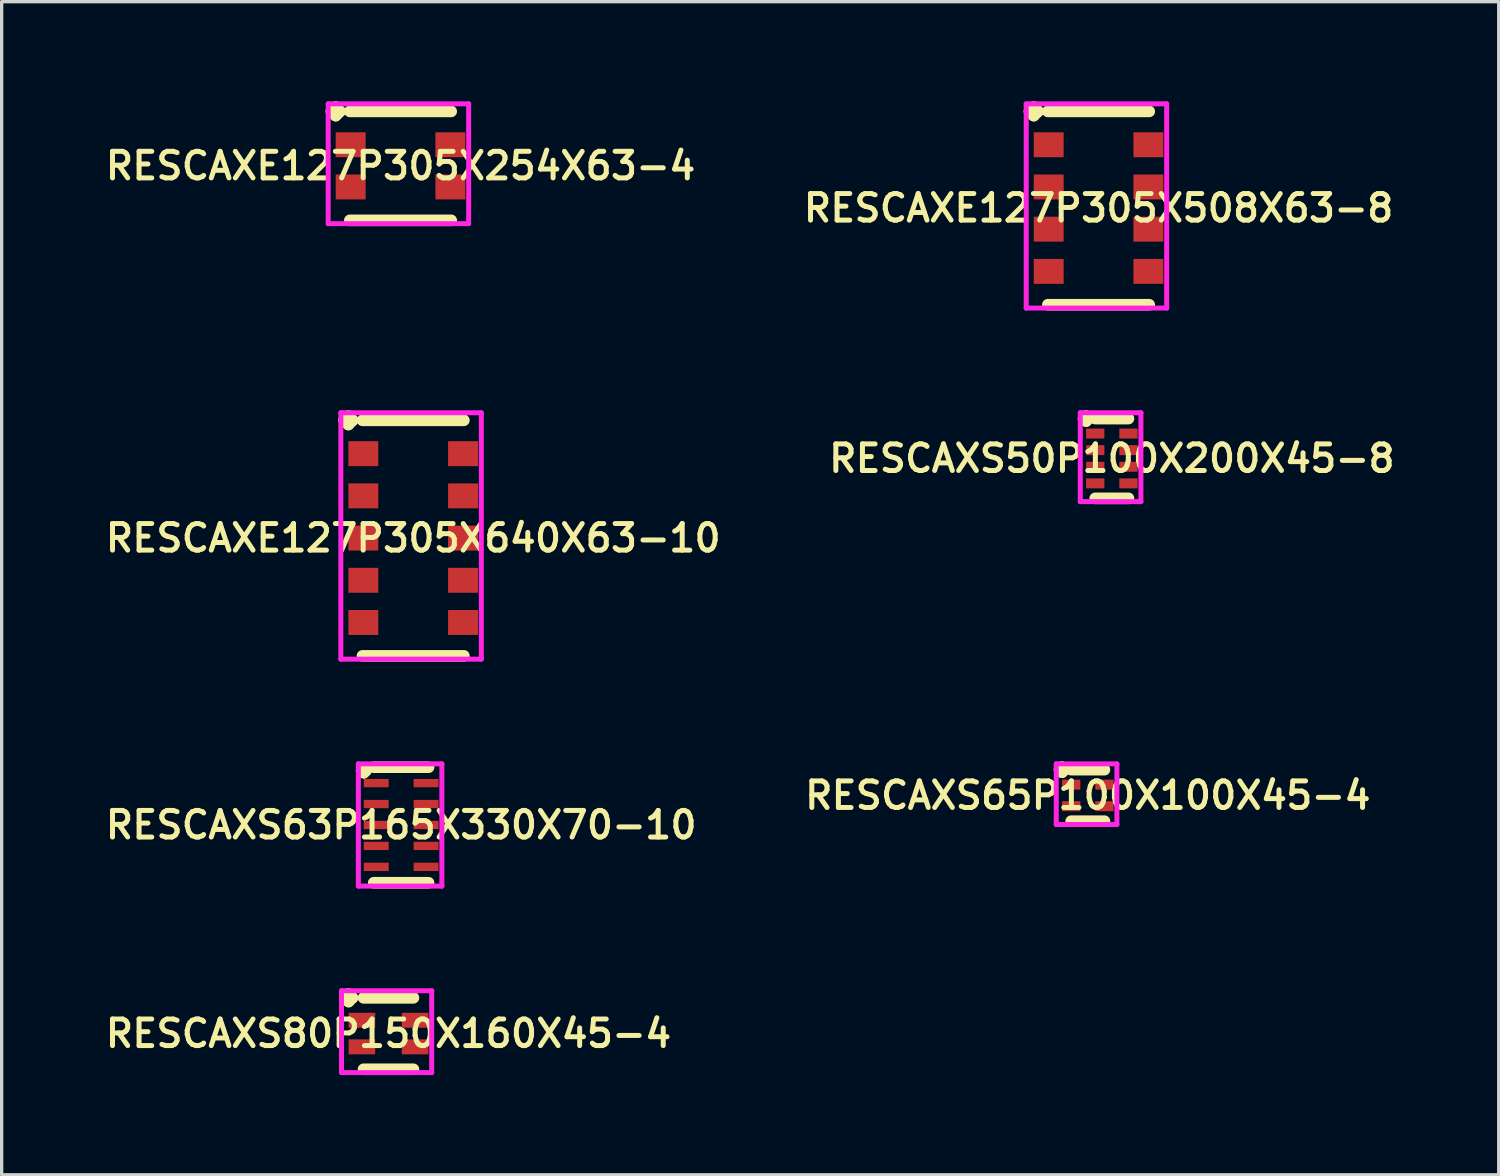
<source format=kicad_pcb>
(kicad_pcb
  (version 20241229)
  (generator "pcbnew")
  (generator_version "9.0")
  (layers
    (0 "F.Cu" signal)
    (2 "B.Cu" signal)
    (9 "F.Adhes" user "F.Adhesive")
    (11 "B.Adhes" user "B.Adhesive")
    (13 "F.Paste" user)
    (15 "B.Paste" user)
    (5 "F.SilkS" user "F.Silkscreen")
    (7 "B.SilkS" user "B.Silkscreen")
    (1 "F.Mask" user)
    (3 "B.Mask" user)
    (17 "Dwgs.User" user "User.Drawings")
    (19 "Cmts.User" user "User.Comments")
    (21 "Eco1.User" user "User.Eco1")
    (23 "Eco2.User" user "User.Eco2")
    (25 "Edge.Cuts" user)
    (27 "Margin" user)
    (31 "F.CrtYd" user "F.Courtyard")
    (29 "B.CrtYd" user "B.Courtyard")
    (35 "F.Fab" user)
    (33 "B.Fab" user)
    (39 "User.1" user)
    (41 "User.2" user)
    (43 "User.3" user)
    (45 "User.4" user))
  (footprint "RESCAXS63P165X330X70-10"
    (layer "F.Cu")
    (at 9.021 21.774)
    (property "Reference" "RESCAXS63P165X330X70-10" (at 0 0 0) (layer "F.SilkS") (effects (font (size 0.8 0.8) (thickness 0.15))))
    (attr smd)
    (fp_line (start -1.188 -1.635) (end -1.125 -1.698) (stroke (width 0.35) (type solid)) (layer "F.SilkS"))
    (fp_line (start -1.125 -1.698) (end -1.062 -1.635) (stroke (width 0.35) (type solid)) (layer "F.SilkS"))
    (fp_line (start -1.125 -1.573) (end -1.188 -1.635) (stroke (width 0.35) (type solid)) (layer "F.SilkS"))
    (fp_line (start -1.062 -1.635) (end -1.125 -1.573) (stroke (width 0.35) (type solid)) (layer "F.SilkS"))
    (fp_line (start -0.825 -1.739) (end 0.825 -1.739) (stroke (width 0.35) (type solid)) (layer "F.SilkS"))
    (fp_line (start -0.825 1.739) (end 0.825 1.739) (stroke (width 0.35) (type solid)) (layer "F.SilkS"))
    (fp_line (start -1.288 -1.839) (end 1.225 -1.839) (stroke (width 0.15) (type solid)) (layer "F.CrtYd"))
    (fp_line (start -1.288 1.839) (end -1.288 -1.839) (stroke (width 0.15) (type solid)) (layer "F.CrtYd"))
    (fp_line (start 1.225 -1.839) (end 1.225 1.839) (stroke (width 0.15) (type solid)) (layer "F.CrtYd"))
    (fp_line (start 1.225 1.839) (end -1.288 1.839) (stroke (width 0.15) (type solid)) (layer "F.CrtYd"))
    (pad "1" smd rect (at -0.75 -1.26) (size 0.75 0.25) (layers "F.Cu" "F.Mask" "F.Paste"))
    (pad "2" smd rect (at -0.75 -0.63) (size 0.75 0.25) (layers "F.Cu" "F.Mask" "F.Paste"))
    (pad "3" smd rect (at -0.75 0) (size 0.75 0.25) (layers "F.Cu" "F.Mask" "F.Paste"))
    (pad "4" smd rect (at -0.75 0.63) (size 0.75 0.25) (layers "F.Cu" "F.Mask" "F.Paste"))
    (pad "5" smd rect (at -0.75 1.26) (size 0.75 0.25) (layers "F.Cu" "F.Mask" "F.Paste"))
    (pad "6" smd rect (at 0.75 1.26) (size 0.75 0.25) (layers "F.Cu" "F.Mask" "F.Paste"))
    (pad "7" smd rect (at 0.75 0.63) (size 0.75 0.25) (layers "F.Cu" "F.Mask" "F.Paste"))
    (pad "8" smd rect (at 0.75 0) (size 0.75 0.25) (layers "F.Cu" "F.Mask" "F.Paste"))
    (pad "9" smd rect (at 0.75 -0.63) (size 0.75 0.25) (layers "F.Cu" "F.Mask" "F.Paste"))
    (pad "10" smd rect (at 0.75 -1.26) (size 0.75 0.25) (layers "F.Cu" "F.Mask" "F.Paste")))
  (footprint "RESCAXS80P150X160X45-4"
    (layer "F.Cu")
    (at 8.64 28.05)
    (property "Reference" "RESCAXS80P150X160X45-4" (at 0 0 0) (layer "F.SilkS") (effects (font (size 0.8 0.8) (thickness 0.15))))
    (attr smd)
    (fp_line (start -1.312 -1.075) (end -1.2 -1.188) (stroke (width 0.35) (type solid)) (layer "F.SilkS"))
    (fp_line (start -1.2 -1.188) (end -1.087 -1.075) (stroke (width 0.35) (type solid)) (layer "F.SilkS"))
    (fp_line (start -1.2 -0.963) (end -1.312 -1.075) (stroke (width 0.35) (type solid)) (layer "F.SilkS"))
    (fp_line (start -1.087 -1.075) (end -1.2 -0.963) (stroke (width 0.35) (type solid)) (layer "F.SilkS"))
    (fp_line (start -0.75 -1.075) (end 0.75 -1.075) (stroke (width 0.35) (type solid)) (layer "F.SilkS"))
    (fp_line (start -0.75 1.075) (end 0.75 1.075) (stroke (width 0.35) (type solid)) (layer "F.SilkS"))
    (fp_line (start -1.413 -1.288) (end 1.3 -1.288) (stroke (width 0.15) (type solid)) (layer "F.CrtYd"))
    (fp_line (start -1.413 1.175) (end -1.413 -1.288) (stroke (width 0.15) (type solid)) (layer "F.CrtYd"))
    (fp_line (start 1.3 -1.288) (end 1.3 1.175) (stroke (width 0.15) (type solid)) (layer "F.CrtYd"))
    (fp_line (start 1.3 1.175) (end -1.413 1.175) (stroke (width 0.15) (type solid)) (layer "F.CrtYd"))
    (pad "1" smd rect (at -0.8 -0.4) (size 0.8 0.45) (layers "F.Cu" "F.Mask" "F.Paste"))
    (pad "2" smd rect (at -0.8 0.4) (size 0.8 0.45) (layers "F.Cu" "F.Mask" "F.Paste"))
    (pad "3" smd rect (at 0.8 0.4) (size 0.8 0.45) (layers "F.Cu" "F.Mask" "F.Paste"))
    (pad "4" smd rect (at 0.8 -0.4) (size 0.8 0.45) (layers "F.Cu" "F.Mask" "F.Paste")))
  (footprint "RESCAXE127P305X508X63-8"
    (layer "F.Cu")
    (at 30.006 3.211)
    (property "Reference" "RESCAXE127P305X508X63-8" (at 0 0 0) (layer "F.SilkS") (effects (font (size 0.8 0.8) (thickness 0.15))))
    (attr smd)
    (fp_line (start -2.077 -2.909) (end -1.95 -3.036) (stroke (width 0.35) (type solid)) (layer "F.SilkS"))
    (fp_line (start -1.95 -3.036) (end -1.823 -2.909) (stroke (width 0.35) (type solid)) (layer "F.SilkS"))
    (fp_line (start -1.95 -2.782) (end -2.077 -2.909) (stroke (width 0.35) (type solid)) (layer "F.SilkS"))
    (fp_line (start -1.823 -2.909) (end -1.95 -2.782) (stroke (width 0.35) (type solid)) (layer "F.SilkS"))
    (fp_line (start -1.525 -2.909) (end 1.525 -2.909) (stroke (width 0.35) (type solid)) (layer "F.SilkS"))
    (fp_line (start -1.525 2.909) (end 1.525 2.909) (stroke (width 0.35) (type solid)) (layer "F.SilkS"))
    (fp_line (start -2.177 -3.136) (end 2.05 -3.136) (stroke (width 0.15) (type solid)) (layer "F.CrtYd"))
    (fp_line (start -2.177 3.009) (end -2.177 -3.136) (stroke (width 0.15) (type solid)) (layer "F.CrtYd"))
    (fp_line (start 2.05 -3.136) (end 2.05 3.009) (stroke (width 0.15) (type solid)) (layer "F.CrtYd"))
    (fp_line (start 2.05 3.009) (end -2.177 3.009) (stroke (width 0.15) (type solid)) (layer "F.CrtYd"))
    (pad "1" smd rect (at -1.5 -1.905) (size 0.9 0.75) (layers "F.Cu" "F.Mask" "F.Paste"))
    (pad "2" smd rect (at -1.5 -0.635) (size 0.9 0.75) (layers "F.Cu" "F.Mask" "F.Paste"))
    (pad "3" smd rect (at -1.5 0.635) (size 0.9 0.75) (layers "F.Cu" "F.Mask" "F.Paste"))
    (pad "4" smd rect (at -1.5 1.905) (size 0.9 0.75) (layers "F.Cu" "F.Mask" "F.Paste"))
    (pad "5" smd rect (at 1.5 1.905) (size 0.9 0.75) (layers "F.Cu" "F.Mask" "F.Paste"))
    (pad "6" smd rect (at 1.5 0.635) (size 0.9 0.75) (layers "F.Cu" "F.Mask" "F.Paste"))
    (pad "7" smd rect (at 1.5 -0.635) (size 0.9 0.75) (layers "F.Cu" "F.Mask" "F.Paste"))
    (pad "8" smd rect (at 1.5 -1.905) (size 0.9 0.75) (layers "F.Cu" "F.Mask" "F.Paste")))
  (footprint "RESCAXE127P305X254X63-4"
    (layer "F.Cu")
    (at 9.002 1.941)
    (property "Reference" "RESCAXE127P305X254X63-4" (at 0 0 0) (layer "F.SilkS") (effects (font (size 0.8 0.8) (thickness 0.15))))
    (attr smd)
    (fp_line (start -2.077 -1.639) (end -1.95 -1.766) (stroke (width 0.35) (type solid)) (layer "F.SilkS"))
    (fp_line (start -1.95 -1.766) (end -1.823 -1.639) (stroke (width 0.35) (type solid)) (layer "F.SilkS"))
    (fp_line (start -1.95 -1.512) (end -2.077 -1.639) (stroke (width 0.35) (type solid)) (layer "F.SilkS"))
    (fp_line (start -1.823 -1.639) (end -1.95 -1.512) (stroke (width 0.35) (type solid)) (layer "F.SilkS"))
    (fp_line (start -1.525 -1.639) (end 1.525 -1.639) (stroke (width 0.35) (type solid)) (layer "F.SilkS"))
    (fp_line (start -1.525 1.639) (end 1.525 1.639) (stroke (width 0.35) (type solid)) (layer "F.SilkS"))
    (fp_line (start -2.177 -1.866) (end 2.05 -1.866) (stroke (width 0.15) (type solid)) (layer "F.CrtYd"))
    (fp_line (start -2.177 1.739) (end -2.177 -1.866) (stroke (width 0.15) (type solid)) (layer "F.CrtYd"))
    (fp_line (start 2.05 -1.866) (end 2.05 1.739) (stroke (width 0.15) (type solid)) (layer "F.CrtYd"))
    (fp_line (start 2.05 1.739) (end -2.177 1.739) (stroke (width 0.15) (type solid)) (layer "F.CrtYd"))
    (pad "1" smd rect (at -1.5 -0.635) (size 0.9 0.75) (layers "F.Cu" "F.Mask" "F.Paste"))
    (pad "2" smd rect (at -1.5 0.635) (size 0.9 0.75) (layers "F.Cu" "F.Mask" "F.Paste"))
    (pad "3" smd rect (at 1.5 0.635) (size 0.9 0.75) (layers "F.Cu" "F.Mask" "F.Paste"))
    (pad "4" smd rect (at 1.5 -0.635) (size 0.9 0.75) (layers "F.Cu" "F.Mask" "F.Paste")))
  (footprint "RESCAXS50P100X200X45-8"
    (layer "F.Cu")
    (at 30.406 10.745)
    (property "Reference" "RESCAXS50P100X200X45-8" (at 0 0 0) (layer "F.SilkS") (effects (font (size 0.8 0.8) (thickness 0.15))))
    (attr smd)
    (fp_line (start -0.85 -1.2) (end -0.775 -1.275) (stroke (width 0.35) (type solid)) (layer "F.SilkS"))
    (fp_line (start -0.775 -1.275) (end -0.7 -1.2) (stroke (width 0.35) (type solid)) (layer "F.SilkS"))
    (fp_line (start -0.775 -1.125) (end -0.85 -1.2) (stroke (width 0.35) (type solid)) (layer "F.SilkS"))
    (fp_line (start -0.7 -1.2) (end -0.775 -1.125) (stroke (width 0.35) (type solid)) (layer "F.SilkS"))
    (fp_line (start -0.5 -1.2) (end 0.5 -1.2) (stroke (width 0.35) (type solid)) (layer "F.SilkS"))
    (fp_line (start -0.5 1.2) (end 0.5 1.2) (stroke (width 0.35) (type solid)) (layer "F.SilkS"))
    (fp_line (start -0.95 -1.375) (end 0.875 -1.375) (stroke (width 0.15) (type solid)) (layer "F.CrtYd"))
    (fp_line (start -0.95 1.3) (end -0.95 -1.375) (stroke (width 0.15) (type solid)) (layer "F.CrtYd"))
    (fp_line (start 0.875 -1.375) (end 0.875 1.3) (stroke (width 0.15) (type solid)) (layer "F.CrtYd"))
    (fp_line (start 0.875 1.3) (end -0.95 1.3) (stroke (width 0.15) (type solid)) (layer "F.CrtYd"))
    (pad "1" smd rect (at -0.5 -0.75) (size 0.55 0.3) (layers "F.Cu" "F.Mask" "F.Paste"))
    (pad "2" smd rect (at -0.5 -0.25) (size 0.55 0.3) (layers "F.Cu" "F.Mask" "F.Paste"))
    (pad "3" smd rect (at -0.5 0.25) (size 0.55 0.3) (layers "F.Cu" "F.Mask" "F.Paste"))
    (pad "4" smd rect (at -0.5 0.75) (size 0.55 0.3) (layers "F.Cu" "F.Mask" "F.Paste"))
    (pad "5" smd rect (at 0.5 0.75) (size 0.55 0.3) (layers "F.Cu" "F.Mask" "F.Paste"))
    (pad "6" smd rect (at 0.5 0.25) (size 0.55 0.3) (layers "F.Cu" "F.Mask" "F.Paste"))
    (pad "7" smd rect (at 0.5 -0.25) (size 0.55 0.3) (layers "F.Cu" "F.Mask" "F.Paste"))
    (pad "8" smd rect (at 0.5 -0.75) (size 0.55 0.3) (layers "F.Cu" "F.Mask" "F.Paste")))
  (footprint "RESCAXE127P305X640X63-10"
    (layer "F.Cu")
    (at 9.383 13.141)
    (property "Reference" "RESCAXE127P305X640X63-10" (at 0 0 0) (layer "F.SilkS") (effects (font (size 0.8 0.8) (thickness 0.15))))
    (attr smd)
    (fp_line (start -2.077 -3.544) (end -1.95 -3.671) (stroke (width 0.35) (type solid)) (layer "F.SilkS"))
    (fp_line (start -1.95 -3.671) (end -1.823 -3.544) (stroke (width 0.35) (type solid)) (layer "F.SilkS"))
    (fp_line (start -1.95 -3.417) (end -2.077 -3.544) (stroke (width 0.35) (type solid)) (layer "F.SilkS"))
    (fp_line (start -1.823 -3.544) (end -1.95 -3.417) (stroke (width 0.35) (type solid)) (layer "F.SilkS"))
    (fp_line (start -1.525 -3.544) (end 1.525 -3.544) (stroke (width 0.35) (type solid)) (layer "F.SilkS"))
    (fp_line (start -1.525 3.544) (end 1.525 3.544) (stroke (width 0.35) (type solid)) (layer "F.SilkS"))
    (fp_line (start -2.177 -3.771) (end 2.05 -3.771) (stroke (width 0.15) (type solid)) (layer "F.CrtYd"))
    (fp_line (start -2.177 3.644) (end -2.177 -3.771) (stroke (width 0.15) (type solid)) (layer "F.CrtYd"))
    (fp_line (start 2.05 -3.771) (end 2.05 3.644) (stroke (width 0.15) (type solid)) (layer "F.CrtYd"))
    (fp_line (start 2.05 3.644) (end -2.177 3.644) (stroke (width 0.15) (type solid)) (layer "F.CrtYd"))
    (pad "1" smd rect (at -1.5 -2.54) (size 0.9 0.75) (layers "F.Cu" "F.Mask" "F.Paste"))
    (pad "2" smd rect (at -1.5 -1.27) (size 0.9 0.75) (layers "F.Cu" "F.Mask" "F.Paste"))
    (pad "3" smd rect (at -1.5 0) (size 0.9 0.75) (layers "F.Cu" "F.Mask" "F.Paste"))
    (pad "4" smd rect (at -1.5 1.27) (size 0.9 0.75) (layers "F.Cu" "F.Mask" "F.Paste"))
    (pad "5" smd rect (at -1.5 2.54) (size 0.9 0.75) (layers "F.Cu" "F.Mask" "F.Paste"))
    (pad "6" smd rect (at 1.5 2.54) (size 0.9 0.75) (layers "F.Cu" "F.Mask" "F.Paste"))
    (pad "7" smd rect (at 1.5 1.27) (size 0.9 0.75) (layers "F.Cu" "F.Mask" "F.Paste"))
    (pad "8" smd rect (at 1.5 0) (size 0.9 0.75) (layers "F.Cu" "F.Mask" "F.Paste"))
    (pad "9" smd rect (at 1.5 -1.27) (size 0.9 0.75) (layers "F.Cu" "F.Mask" "F.Paste"))
    (pad "10" smd rect (at 1.5 -2.54) (size 0.9 0.75) (layers "F.Cu" "F.Mask" "F.Paste")))
  (footprint "RESCAXS65P100X100X45-4"
    (layer "F.Cu")
    (at 29.683 20.885)
    (property "Reference" "RESCAXS65P100X100X45-4" (at 0 0 0) (layer "F.SilkS") (effects (font (size 0.8 0.8) (thickness 0.15))))
    (attr smd)
    (fp_line (start -0.85 -0.775) (end -0.775 -0.85) (stroke (width 0.35) (type solid)) (layer "F.SilkS"))
    (fp_line (start -0.775 -0.85) (end -0.7 -0.775) (stroke (width 0.35) (type solid)) (layer "F.SilkS"))
    (fp_line (start -0.775 -0.7) (end -0.85 -0.775) (stroke (width 0.35) (type solid)) (layer "F.SilkS"))
    (fp_line (start -0.7 -0.775) (end -0.775 -0.7) (stroke (width 0.35) (type solid)) (layer "F.SilkS"))
    (fp_line (start -0.5 -0.775) (end 0.5 -0.775) (stroke (width 0.35) (type solid)) (layer "F.SilkS"))
    (fp_line (start -0.5 0.775) (end 0.5 0.775) (stroke (width 0.35) (type solid)) (layer "F.SilkS"))
    (fp_line (start -0.95 -0.95) (end 0.875 -0.95) (stroke (width 0.15) (type solid)) (layer "F.CrtYd"))
    (fp_line (start -0.95 0.875) (end -0.95 -0.95) (stroke (width 0.15) (type solid)) (layer "F.CrtYd"))
    (fp_line (start 0.875 -0.95) (end 0.875 0.875) (stroke (width 0.15) (type solid)) (layer "F.CrtYd"))
    (fp_line (start 0.875 0.875) (end -0.95 0.875) (stroke (width 0.15) (type solid)) (layer "F.CrtYd"))
    (pad "1" smd rect (at -0.5 -0.325) (size 0.55 0.3) (layers "F.Cu" "F.Mask" "F.Paste"))
    (pad "2" smd rect (at -0.5 0.325) (size 0.55 0.3) (layers "F.Cu" "F.Mask" "F.Paste"))
    (pad "3" smd rect (at 0.5 0.325) (size 0.55 0.3) (layers "F.Cu" "F.Mask" "F.Paste"))
    (pad "4" smd rect (at 0.5 -0.325) (size 0.55 0.3) (layers "F.Cu" "F.Mask" "F.Paste")))
  (gr_rect
    (start -3 -3)
    (end 42.047 32.3)
    (stroke (width 0.1) (type default))
    (fill no)
    (layer "Edge.Cuts")))
</source>
